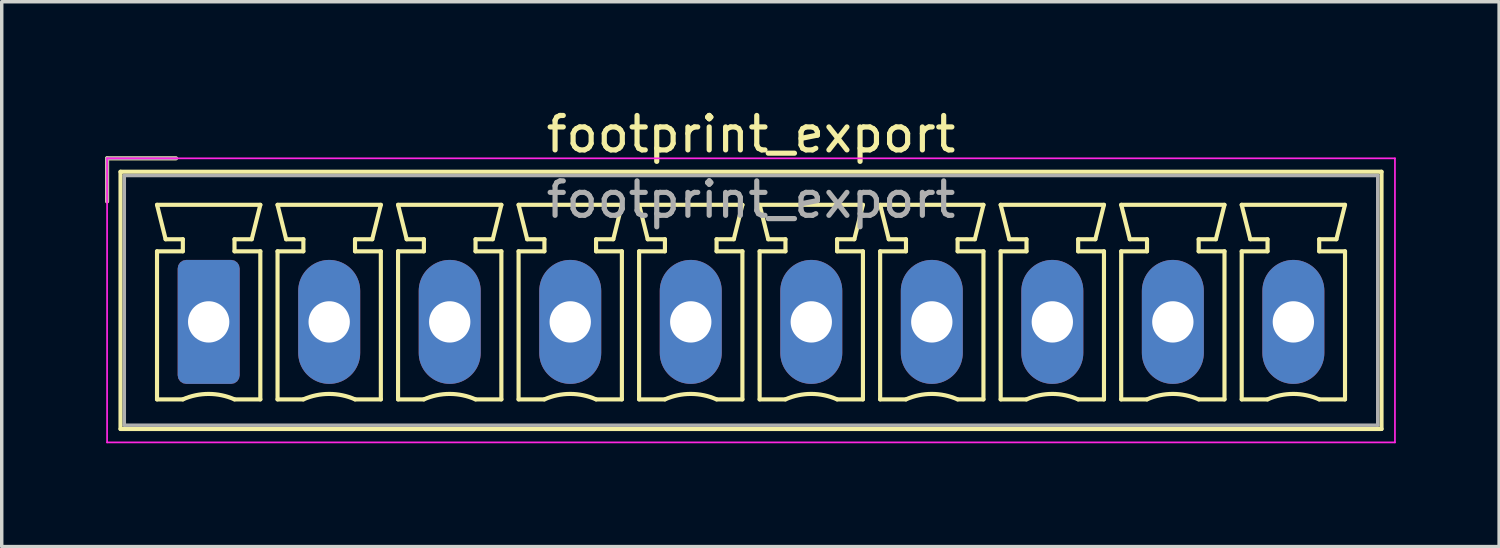
<source format=kicad_pcb>
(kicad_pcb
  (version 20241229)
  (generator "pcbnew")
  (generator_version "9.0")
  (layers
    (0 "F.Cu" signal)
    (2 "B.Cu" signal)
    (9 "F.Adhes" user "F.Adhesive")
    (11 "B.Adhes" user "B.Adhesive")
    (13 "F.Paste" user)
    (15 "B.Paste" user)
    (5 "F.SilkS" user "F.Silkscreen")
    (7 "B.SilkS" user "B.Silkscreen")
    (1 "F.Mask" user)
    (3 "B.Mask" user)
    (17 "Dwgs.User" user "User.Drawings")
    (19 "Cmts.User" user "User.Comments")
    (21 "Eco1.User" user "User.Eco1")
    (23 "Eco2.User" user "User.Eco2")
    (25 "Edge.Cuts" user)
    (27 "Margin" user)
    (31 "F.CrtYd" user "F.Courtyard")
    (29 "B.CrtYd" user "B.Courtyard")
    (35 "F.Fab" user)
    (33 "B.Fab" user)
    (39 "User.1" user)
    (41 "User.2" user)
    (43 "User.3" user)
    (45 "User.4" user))
  (footprint "footprint_export"
    (layer "F.Cu")
    (at 3.01 6.298)
    (property "Reference" "footprint_export" (at 15.75 -5.45 0) (layer "F.SilkS") (effects (font (size 1 1) (thickness 0.15))))
    (attr through_hole)
    (fp_line (start -2.95 -4.75) (end -0.95 -4.75) (stroke (width 0.12) (type solid)) (layer "F.SilkS"))
    (fp_line (start -2.95 -3.5) (end -2.95 -4.75) (stroke (width 0.12) (type solid)) (layer "F.SilkS"))
    (fp_line (start -2.56 -4.36) (end -2.56 3.11) (stroke (width 0.12) (type solid)) (layer "F.SilkS"))
    (fp_line (start -2.56 3.11) (end 34.06 3.11) (stroke (width 0.12) (type solid)) (layer "F.SilkS"))
    (fp_line (start -1.5 -3.4) (end 1.5 -3.4) (stroke (width 0.12) (type solid)) (layer "F.SilkS"))
    (fp_line (start -1.5 -2.05) (end -0.75 -2.05) (stroke (width 0.12) (type solid)) (layer "F.SilkS"))
    (fp_line (start -1.5 2.25) (end -1.5 -2.05) (stroke (width 0.12) (type solid)) (layer "F.SilkS"))
    (fp_line (start -1.25 -2.4) (end -1.5 -3.4) (stroke (width 0.12) (type solid)) (layer "F.SilkS"))
    (fp_line (start -0.75 -2.4) (end -1.25 -2.4) (stroke (width 0.12) (type solid)) (layer "F.SilkS"))
    (fp_line (start -0.75 -2.05) (end -0.75 -2.4) (stroke (width 0.12) (type solid)) (layer "F.SilkS"))
    (fp_line (start -0.75 2.25) (end -1.5 2.25) (stroke (width 0.12) (type solid)) (layer "F.SilkS"))
    (fp_line (start 0.75 -2.4) (end 0.75 -2.05) (stroke (width 0.12) (type solid)) (layer "F.SilkS"))
    (fp_line (start 0.75 -2.05) (end 1.5 -2.05) (stroke (width 0.12) (type solid)) (layer "F.SilkS"))
    (fp_line (start 1.25 -2.4) (end 0.75 -2.4) (stroke (width 0.12) (type solid)) (layer "F.SilkS"))
    (fp_line (start 1.5 -3.4) (end 1.25 -2.4) (stroke (width 0.12) (type solid)) (layer "F.SilkS"))
    (fp_line (start 1.5 -2.05) (end 1.5 2.25) (stroke (width 0.12) (type solid)) (layer "F.SilkS"))
    (fp_line (start 1.5 2.25) (end 0.75 2.25) (stroke (width 0.12) (type solid)) (layer "F.SilkS"))
    (fp_line (start 2 -3.4) (end 5 -3.4) (stroke (width 0.12) (type solid)) (layer "F.SilkS"))
    (fp_line (start 2 -2.05) (end 2.75 -2.05) (stroke (width 0.12) (type solid)) (layer "F.SilkS"))
    (fp_line (start 2 2.25) (end 2 -2.05) (stroke (width 0.12) (type solid)) (layer "F.SilkS"))
    (fp_line (start 2.25 -2.4) (end 2 -3.4) (stroke (width 0.12) (type solid)) (layer "F.SilkS"))
    (fp_line (start 2.75 -2.4) (end 2.25 -2.4) (stroke (width 0.12) (type solid)) (layer "F.SilkS"))
    (fp_line (start 2.75 -2.05) (end 2.75 -2.4) (stroke (width 0.12) (type solid)) (layer "F.SilkS"))
    (fp_line (start 2.75 2.25) (end 2 2.25) (stroke (width 0.12) (type solid)) (layer "F.SilkS"))
    (fp_line (start 4.25 -2.4) (end 4.25 -2.05) (stroke (width 0.12) (type solid)) (layer "F.SilkS"))
    (fp_line (start 4.25 -2.05) (end 5 -2.05) (stroke (width 0.12) (type solid)) (layer "F.SilkS"))
    (fp_line (start 4.75 -2.4) (end 4.25 -2.4) (stroke (width 0.12) (type solid)) (layer "F.SilkS"))
    (fp_line (start 5 -3.4) (end 4.75 -2.4) (stroke (width 0.12) (type solid)) (layer "F.SilkS"))
    (fp_line (start 5 -2.05) (end 5 2.25) (stroke (width 0.12) (type solid)) (layer "F.SilkS"))
    (fp_line (start 5 2.25) (end 4.25 2.25) (stroke (width 0.12) (type solid)) (layer "F.SilkS"))
    (fp_line (start 5.5 -3.4) (end 8.5 -3.4) (stroke (width 0.12) (type solid)) (layer "F.SilkS"))
    (fp_line (start 5.5 -2.05) (end 6.25 -2.05) (stroke (width 0.12) (type solid)) (layer "F.SilkS"))
    (fp_line (start 5.5 2.25) (end 5.5 -2.05) (stroke (width 0.12) (type solid)) (layer "F.SilkS"))
    (fp_line (start 5.75 -2.4) (end 5.5 -3.4) (stroke (width 0.12) (type solid)) (layer "F.SilkS"))
    (fp_line (start 6.25 -2.4) (end 5.75 -2.4) (stroke (width 0.12) (type solid)) (layer "F.SilkS"))
    (fp_line (start 6.25 -2.05) (end 6.25 -2.4) (stroke (width 0.12) (type solid)) (layer "F.SilkS"))
    (fp_line (start 6.25 2.25) (end 5.5 2.25) (stroke (width 0.12) (type solid)) (layer "F.SilkS"))
    (fp_line (start 7.75 -2.4) (end 7.75 -2.05) (stroke (width 0.12) (type solid)) (layer "F.SilkS"))
    (fp_line (start 7.75 -2.05) (end 8.5 -2.05) (stroke (width 0.12) (type solid)) (layer "F.SilkS"))
    (fp_line (start 8.25 -2.4) (end 7.75 -2.4) (stroke (width 0.12) (type solid)) (layer "F.SilkS"))
    (fp_line (start 8.5 -3.4) (end 8.25 -2.4) (stroke (width 0.12) (type solid)) (layer "F.SilkS"))
    (fp_line (start 8.5 -2.05) (end 8.5 2.25) (stroke (width 0.12) (type solid)) (layer "F.SilkS"))
    (fp_line (start 8.5 2.25) (end 7.75 2.25) (stroke (width 0.12) (type solid)) (layer "F.SilkS"))
    (fp_line (start 9 -3.4) (end 12 -3.4) (stroke (width 0.12) (type solid)) (layer "F.SilkS"))
    (fp_line (start 9 -2.05) (end 9.75 -2.05) (stroke (width 0.12) (type solid)) (layer "F.SilkS"))
    (fp_line (start 9 2.25) (end 9 -2.05) (stroke (width 0.12) (type solid)) (layer "F.SilkS"))
    (fp_line (start 9.25 -2.4) (end 9 -3.4) (stroke (width 0.12) (type solid)) (layer "F.SilkS"))
    (fp_line (start 9.75 -2.4) (end 9.25 -2.4) (stroke (width 0.12) (type solid)) (layer "F.SilkS"))
    (fp_line (start 9.75 -2.05) (end 9.75 -2.4) (stroke (width 0.12) (type solid)) (layer "F.SilkS"))
    (fp_line (start 9.75 2.25) (end 9 2.25) (stroke (width 0.12) (type solid)) (layer "F.SilkS"))
    (fp_line (start 11.25 -2.4) (end 11.25 -2.05) (stroke (width 0.12) (type solid)) (layer "F.SilkS"))
    (fp_line (start 11.25 -2.05) (end 12 -2.05) (stroke (width 0.12) (type solid)) (layer "F.SilkS"))
    (fp_line (start 11.75 -2.4) (end 11.25 -2.4) (stroke (width 0.12) (type solid)) (layer "F.SilkS"))
    (fp_line (start 12 -3.4) (end 11.75 -2.4) (stroke (width 0.12) (type solid)) (layer "F.SilkS"))
    (fp_line (start 12 -2.05) (end 12 2.25) (stroke (width 0.12) (type solid)) (layer "F.SilkS"))
    (fp_line (start 12 2.25) (end 11.25 2.25) (stroke (width 0.12) (type solid)) (layer "F.SilkS"))
    (fp_line (start 12.5 -3.4) (end 15.5 -3.4) (stroke (width 0.12) (type solid)) (layer "F.SilkS"))
    (fp_line (start 12.5 -2.05) (end 13.25 -2.05) (stroke (width 0.12) (type solid)) (layer "F.SilkS"))
    (fp_line (start 12.5 2.25) (end 12.5 -2.05) (stroke (width 0.12) (type solid)) (layer "F.SilkS"))
    (fp_line (start 12.75 -2.4) (end 12.5 -3.4) (stroke (width 0.12) (type solid)) (layer "F.SilkS"))
    (fp_line (start 13.25 -2.4) (end 12.75 -2.4) (stroke (width 0.12) (type solid)) (layer "F.SilkS"))
    (fp_line (start 13.25 -2.05) (end 13.25 -2.4) (stroke (width 0.12) (type solid)) (layer "F.SilkS"))
    (fp_line (start 13.25 2.25) (end 12.5 2.25) (stroke (width 0.12) (type solid)) (layer "F.SilkS"))
    (fp_line (start 14.75 -2.4) (end 14.75 -2.05) (stroke (width 0.12) (type solid)) (layer "F.SilkS"))
    (fp_line (start 14.75 -2.05) (end 15.5 -2.05) (stroke (width 0.12) (type solid)) (layer "F.SilkS"))
    (fp_line (start 15.25 -2.4) (end 14.75 -2.4) (stroke (width 0.12) (type solid)) (layer "F.SilkS"))
    (fp_line (start 15.5 -3.4) (end 15.25 -2.4) (stroke (width 0.12) (type solid)) (layer "F.SilkS"))
    (fp_line (start 15.5 -2.05) (end 15.5 2.25) (stroke (width 0.12) (type solid)) (layer "F.SilkS"))
    (fp_line (start 15.5 2.25) (end 14.75 2.25) (stroke (width 0.12) (type solid)) (layer "F.SilkS"))
    (fp_line (start 16 -3.4) (end 19 -3.4) (stroke (width 0.12) (type solid)) (layer "F.SilkS"))
    (fp_line (start 16 -2.05) (end 16.75 -2.05) (stroke (width 0.12) (type solid)) (layer "F.SilkS"))
    (fp_line (start 16 2.25) (end 16 -2.05) (stroke (width 0.12) (type solid)) (layer "F.SilkS"))
    (fp_line (start 16.25 -2.4) (end 16 -3.4) (stroke (width 0.12) (type solid)) (layer "F.SilkS"))
    (fp_line (start 16.75 -2.4) (end 16.25 -2.4) (stroke (width 0.12) (type solid)) (layer "F.SilkS"))
    (fp_line (start 16.75 -2.05) (end 16.75 -2.4) (stroke (width 0.12) (type solid)) (layer "F.SilkS"))
    (fp_line (start 16.75 2.25) (end 16 2.25) (stroke (width 0.12) (type solid)) (layer "F.SilkS"))
    (fp_line (start 18.25 -2.4) (end 18.25 -2.05) (stroke (width 0.12) (type solid)) (layer "F.SilkS"))
    (fp_line (start 18.25 -2.05) (end 19 -2.05) (stroke (width 0.12) (type solid)) (layer "F.SilkS"))
    (fp_line (start 18.75 -2.4) (end 18.25 -2.4) (stroke (width 0.12) (type solid)) (layer "F.SilkS"))
    (fp_line (start 19 -3.4) (end 18.75 -2.4) (stroke (width 0.12) (type solid)) (layer "F.SilkS"))
    (fp_line (start 19 -2.05) (end 19 2.25) (stroke (width 0.12) (type solid)) (layer "F.SilkS"))
    (fp_line (start 19 2.25) (end 18.25 2.25) (stroke (width 0.12) (type solid)) (layer "F.SilkS"))
    (fp_line (start 19.5 -3.4) (end 22.5 -3.4) (stroke (width 0.12) (type solid)) (layer "F.SilkS"))
    (fp_line (start 19.5 -2.05) (end 20.25 -2.05) (stroke (width 0.12) (type solid)) (layer "F.SilkS"))
    (fp_line (start 19.5 2.25) (end 19.5 -2.05) (stroke (width 0.12) (type solid)) (layer "F.SilkS"))
    (fp_line (start 19.75 -2.4) (end 19.5 -3.4) (stroke (width 0.12) (type solid)) (layer "F.SilkS"))
    (fp_line (start 20.25 -2.4) (end 19.75 -2.4) (stroke (width 0.12) (type solid)) (layer "F.SilkS"))
    (fp_line (start 20.25 -2.05) (end 20.25 -2.4) (stroke (width 0.12) (type solid)) (layer "F.SilkS"))
    (fp_line (start 20.25 2.25) (end 19.5 2.25) (stroke (width 0.12) (type solid)) (layer "F.SilkS"))
    (fp_line (start 21.75 -2.4) (end 21.75 -2.05) (stroke (width 0.12) (type solid)) (layer "F.SilkS"))
    (fp_line (start 21.75 -2.05) (end 22.5 -2.05) (stroke (width 0.12) (type solid)) (layer "F.SilkS"))
    (fp_line (start 22.25 -2.4) (end 21.75 -2.4) (stroke (width 0.12) (type solid)) (layer "F.SilkS"))
    (fp_line (start 22.5 -3.4) (end 22.25 -2.4) (stroke (width 0.12) (type solid)) (layer "F.SilkS"))
    (fp_line (start 22.5 -2.05) (end 22.5 2.25) (stroke (width 0.12) (type solid)) (layer "F.SilkS"))
    (fp_line (start 22.5 2.25) (end 21.75 2.25) (stroke (width 0.12) (type solid)) (layer "F.SilkS"))
    (fp_line (start 23 -3.4) (end 26 -3.4) (stroke (width 0.12) (type solid)) (layer "F.SilkS"))
    (fp_line (start 23 -2.05) (end 23.75 -2.05) (stroke (width 0.12) (type solid)) (layer "F.SilkS"))
    (fp_line (start 23 2.25) (end 23 -2.05) (stroke (width 0.12) (type solid)) (layer "F.SilkS"))
    (fp_line (start 23.25 -2.4) (end 23 -3.4) (stroke (width 0.12) (type solid)) (layer "F.SilkS"))
    (fp_line (start 23.75 -2.4) (end 23.25 -2.4) (stroke (width 0.12) (type solid)) (layer "F.SilkS"))
    (fp_line (start 23.75 -2.05) (end 23.75 -2.4) (stroke (width 0.12) (type solid)) (layer "F.SilkS"))
    (fp_line (start 23.75 2.25) (end 23 2.25) (stroke (width 0.12) (type solid)) (layer "F.SilkS"))
    (fp_line (start 25.25 -2.4) (end 25.25 -2.05) (stroke (width 0.12) (type solid)) (layer "F.SilkS"))
    (fp_line (start 25.25 -2.05) (end 26 -2.05) (stroke (width 0.12) (type solid)) (layer "F.SilkS"))
    (fp_line (start 25.75 -2.4) (end 25.25 -2.4) (stroke (width 0.12) (type solid)) (layer "F.SilkS"))
    (fp_line (start 26 -3.4) (end 25.75 -2.4) (stroke (width 0.12) (type solid)) (layer "F.SilkS"))
    (fp_line (start 26 -2.05) (end 26 2.25) (stroke (width 0.12) (type solid)) (layer "F.SilkS"))
    (fp_line (start 26 2.25) (end 25.25 2.25) (stroke (width 0.12) (type solid)) (layer "F.SilkS"))
    (fp_line (start 26.5 -3.4) (end 29.5 -3.4) (stroke (width 0.12) (type solid)) (layer "F.SilkS"))
    (fp_line (start 26.5 -2.05) (end 27.25 -2.05) (stroke (width 0.12) (type solid)) (layer "F.SilkS"))
    (fp_line (start 26.5 2.25) (end 26.5 -2.05) (stroke (width 0.12) (type solid)) (layer "F.SilkS"))
    (fp_line (start 26.75 -2.4) (end 26.5 -3.4) (stroke (width 0.12) (type solid)) (layer "F.SilkS"))
    (fp_line (start 27.25 -2.4) (end 26.75 -2.4) (stroke (width 0.12) (type solid)) (layer "F.SilkS"))
    (fp_line (start 27.25 -2.05) (end 27.25 -2.4) (stroke (width 0.12) (type solid)) (layer "F.SilkS"))
    (fp_line (start 27.25 2.25) (end 26.5 2.25) (stroke (width 0.12) (type solid)) (layer "F.SilkS"))
    (fp_line (start 28.75 -2.4) (end 28.75 -2.05) (stroke (width 0.12) (type solid)) (layer "F.SilkS"))
    (fp_line (start 28.75 -2.05) (end 29.5 -2.05) (stroke (width 0.12) (type solid)) (layer "F.SilkS"))
    (fp_line (start 29.25 -2.4) (end 28.75 -2.4) (stroke (width 0.12) (type solid)) (layer "F.SilkS"))
    (fp_line (start 29.5 -3.4) (end 29.25 -2.4) (stroke (width 0.12) (type solid)) (layer "F.SilkS"))
    (fp_line (start 29.5 -2.05) (end 29.5 2.25) (stroke (width 0.12) (type solid)) (layer "F.SilkS"))
    (fp_line (start 29.5 2.25) (end 28.75 2.25) (stroke (width 0.12) (type solid)) (layer "F.SilkS"))
    (fp_line (start 30 -3.4) (end 33 -3.4) (stroke (width 0.12) (type solid)) (layer "F.SilkS"))
    (fp_line (start 30 -2.05) (end 30.75 -2.05) (stroke (width 0.12) (type solid)) (layer "F.SilkS"))
    (fp_line (start 30 2.25) (end 30 -2.05) (stroke (width 0.12) (type solid)) (layer "F.SilkS"))
    (fp_line (start 30.25 -2.4) (end 30 -3.4) (stroke (width 0.12) (type solid)) (layer "F.SilkS"))
    (fp_line (start 30.75 -2.4) (end 30.25 -2.4) (stroke (width 0.12) (type solid)) (layer "F.SilkS"))
    (fp_line (start 30.75 -2.05) (end 30.75 -2.4) (stroke (width 0.12) (type solid)) (layer "F.SilkS"))
    (fp_line (start 30.75 2.25) (end 30 2.25) (stroke (width 0.12) (type solid)) (layer "F.SilkS"))
    (fp_line (start 32.25 -2.4) (end 32.25 -2.05) (stroke (width 0.12) (type solid)) (layer "F.SilkS"))
    (fp_line (start 32.25 -2.05) (end 33 -2.05) (stroke (width 0.12) (type solid)) (layer "F.SilkS"))
    (fp_line (start 32.75 -2.4) (end 32.25 -2.4) (stroke (width 0.12) (type solid)) (layer "F.SilkS"))
    (fp_line (start 33 -3.4) (end 32.75 -2.4) (stroke (width 0.12) (type solid)) (layer "F.SilkS"))
    (fp_line (start 33 -2.05) (end 33 2.25) (stroke (width 0.12) (type solid)) (layer "F.SilkS"))
    (fp_line (start 33 2.25) (end 32.25 2.25) (stroke (width 0.12) (type solid)) (layer "F.SilkS"))
    (fp_line (start 34.06 -4.36) (end -2.56 -4.36) (stroke (width 0.12) (type solid)) (layer "F.SilkS"))
    (fp_line (start 34.06 3.11) (end 34.06 -4.36) (stroke (width 0.12) (type solid)) (layer "F.SilkS"))
    (fp_arc (start -0.75 2.25) (mid -0.000193 2.09191) (end 0.749647 2.249844) (stroke (width 0.12) (type solid)) (layer "F.SilkS"))
    (fp_arc (start 2.75 2.25) (mid 3.499807 2.09191) (end 4.249647 2.249844) (stroke (width 0.12) (type solid)) (layer "F.SilkS"))
    (fp_arc (start 6.25 2.25) (mid 6.999807 2.09191) (end 7.749647 2.249844) (stroke (width 0.12) (type solid)) (layer "F.SilkS"))
    (fp_arc (start 9.75 2.25) (mid 10.499807 2.09191) (end 11.249647 2.249844) (stroke (width 0.12) (type solid)) (layer "F.SilkS"))
    (fp_arc (start 13.25 2.25) (mid 13.999807 2.09191) (end 14.749647 2.249844) (stroke (width 0.12) (type solid)) (layer "F.SilkS"))
    (fp_arc (start 16.75 2.25) (mid 17.499807 2.09191) (end 18.249647 2.249844) (stroke (width 0.12) (type solid)) (layer "F.SilkS"))
    (fp_arc (start 20.25 2.25) (mid 20.999807 2.09191) (end 21.749647 2.249844) (stroke (width 0.12) (type solid)) (layer "F.SilkS"))
    (fp_arc (start 23.75 2.25) (mid 24.499807 2.09191) (end 25.249647 2.249844) (stroke (width 0.12) (type solid)) (layer "F.SilkS"))
    (fp_arc (start 27.25 2.25) (mid 27.999807 2.09191) (end 28.749647 2.249844) (stroke (width 0.12) (type solid)) (layer "F.SilkS"))
    (fp_arc (start 30.75 2.25) (mid 31.499807 2.09191) (end 32.249647 2.249844) (stroke (width 0.12) (type solid)) (layer "F.SilkS"))
    (fp_line (start -2.95 -4.75) (end -2.95 3.5) (stroke (width 0.05) (type solid)) (layer "F.CrtYd"))
    (fp_line (start -2.95 3.5) (end 34.45 3.5) (stroke (width 0.05) (type solid)) (layer "F.CrtYd"))
    (fp_line (start 34.45 -4.75) (end -2.95 -4.75) (stroke (width 0.05) (type solid)) (layer "F.CrtYd"))
    (fp_line (start 34.45 3.5) (end 34.45 -4.75) (stroke (width 0.05) (type solid)) (layer "F.CrtYd"))
    (fp_line (start -2.95 -4.75) (end -0.95 -4.75) (stroke (width 0.1) (type solid)) (layer "F.Fab"))
    (fp_line (start -2.95 -3.5) (end -2.95 -4.75) (stroke (width 0.1) (type solid)) (layer "F.Fab"))
    (fp_line (start -2.45 -4.25) (end -2.45 3) (stroke (width 0.1) (type solid)) (layer "F.Fab"))
    (fp_line (start -2.45 3) (end 33.95 3) (stroke (width 0.1) (type solid)) (layer "F.Fab"))
    (fp_line (start 33.95 -4.25) (end -2.45 -4.25) (stroke (width 0.1) (type solid)) (layer "F.Fab"))
    (fp_line (start 33.95 3) (end 33.95 -4.25) (stroke (width 0.1) (type solid)) (layer "F.Fab"))
    (fp_text user "${REFERENCE}" (at 15.75 -3.55 0) (layer "F.Fab") (effects (font (size 1 1) (thickness 0.15))))
    (pad "1" thru_hole roundrect (at 0 0) (size 1.8 3.6) (drill 1.2) (layers "*.Cu" "*.Mask") (roundrect_rratio 0.139))
    (pad "2" thru_hole oval (at 3.5 0) (size 1.8 3.6) (drill 1.2) (layers "*.Cu" "*.Mask"))
    (pad "3" thru_hole oval (at 7 0) (size 1.8 3.6) (drill 1.2) (layers "*.Cu" "*.Mask"))
    (pad "4" thru_hole oval (at 10.5 0) (size 1.8 3.6) (drill 1.2) (layers "*.Cu" "*.Mask"))
    (pad "5" thru_hole oval (at 14 0) (size 1.8 3.6) (drill 1.2) (layers "*.Cu" "*.Mask"))
    (pad "6" thru_hole oval (at 17.5 0) (size 1.8 3.6) (drill 1.2) (layers "*.Cu" "*.Mask"))
    (pad "7" thru_hole oval (at 21 0) (size 1.8 3.6) (drill 1.2) (layers "*.Cu" "*.Mask"))
    (pad "8" thru_hole oval (at 24.5 0) (size 1.8 3.6) (drill 1.2) (layers "*.Cu" "*.Mask"))
    (pad "9" thru_hole oval (at 28 0) (size 1.8 3.6) (drill 1.2) (layers "*.Cu" "*.Mask"))
    (pad "10" thru_hole oval (at 31.5 0) (size 1.8 3.6) (drill 1.2) (layers "*.Cu" "*.Mask")))
  (gr_rect
    (start -3 -3)
    (end 40.485 12.823)
    (stroke (width 0.1) (type default))
    (fill no)
    (layer "Edge.Cuts")))
</source>
